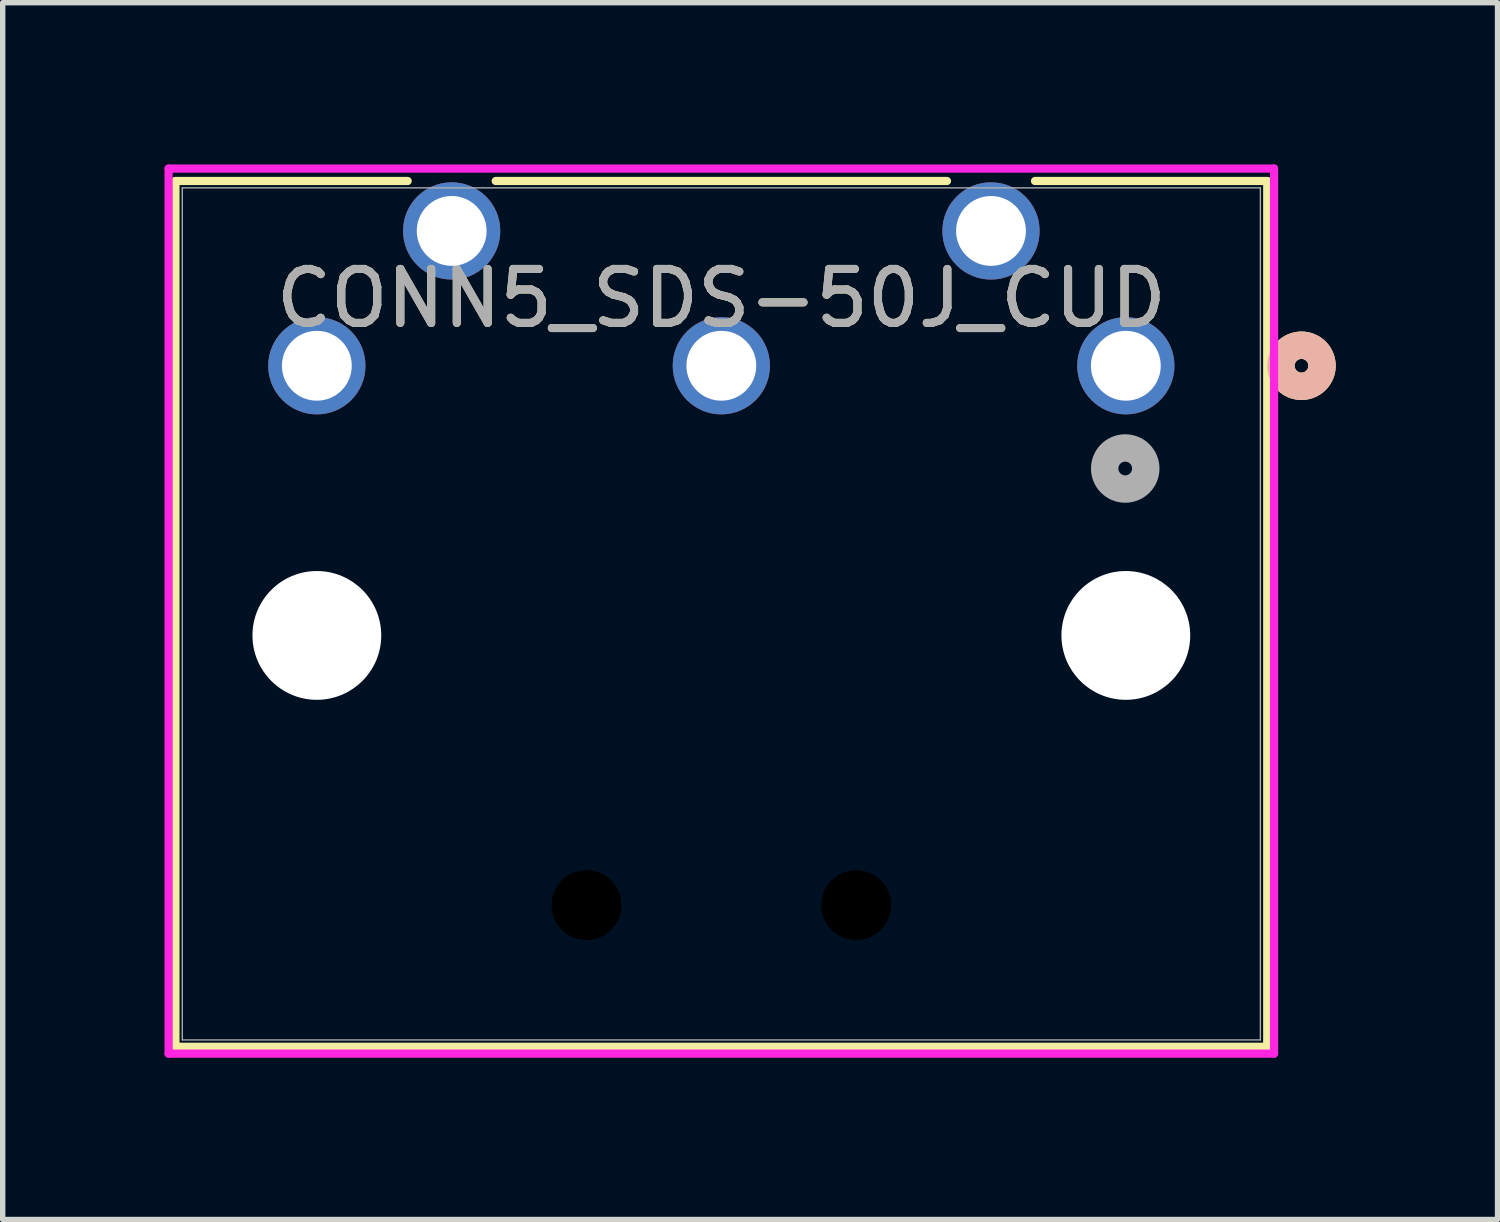
<source format=kicad_pcb>
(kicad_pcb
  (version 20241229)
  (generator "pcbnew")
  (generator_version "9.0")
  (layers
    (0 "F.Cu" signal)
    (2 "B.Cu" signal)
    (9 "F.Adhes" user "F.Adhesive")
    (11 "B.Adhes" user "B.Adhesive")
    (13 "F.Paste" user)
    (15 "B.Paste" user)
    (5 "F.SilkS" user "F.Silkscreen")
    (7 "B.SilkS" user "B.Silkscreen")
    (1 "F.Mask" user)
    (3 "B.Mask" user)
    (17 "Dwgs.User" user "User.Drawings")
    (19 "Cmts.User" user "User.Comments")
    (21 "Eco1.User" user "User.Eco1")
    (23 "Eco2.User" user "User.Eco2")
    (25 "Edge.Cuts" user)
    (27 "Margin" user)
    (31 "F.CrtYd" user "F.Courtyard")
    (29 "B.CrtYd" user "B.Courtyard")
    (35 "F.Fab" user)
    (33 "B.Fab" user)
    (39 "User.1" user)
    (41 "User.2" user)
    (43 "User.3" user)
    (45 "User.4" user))
  (footprint "CONN5_SDS-50J_CUD"
    (layer "F.Cu")
    (at 17.825 3.732)
    (property "Reference" "CONN5_SDS-50J_CUD" (at -7.5 -1.25 0) (unlocked yes) (layer "F.SilkS") (effects (font (size 1 1) (thickness 0.15))))
    (attr through_hole)
    (fp_line (start -17.622 -3.426) (end -17.622 12.627) (stroke (width 0.152) (type solid)) (layer "F.SilkS"))
    (fp_line (start -17.622 12.627) (end 2.622 12.627) (stroke (width 0.152) (type solid)) (layer "F.SilkS"))
    (fp_line (start -13.316 -3.426) (end -17.622 -3.426) (stroke (width 0.152) (type solid)) (layer "F.SilkS"))
    (fp_line (start -3.316 -3.426) (end -11.684 -3.426) (stroke (width 0.152) (type solid)) (layer "F.SilkS"))
    (fp_line (start 2.622 -3.426) (end -1.684 -3.426) (stroke (width 0.152) (type solid)) (layer "F.SilkS"))
    (fp_line (start 2.622 12.627) (end 2.622 -3.426) (stroke (width 0.152) (type solid)) (layer "F.SilkS"))
    (fp_circle (center 3.257 0) (end 3.638 0) (stroke (width 0.508) (type solid)) (fill no) (layer "F.SilkS"))
    (fp_circle (center 3.257 0) (end 3.638 0) (stroke (width 0.508) (type solid)) (fill no) (layer "B.SilkS"))
    (fp_line (start -17.749 -3.656) (end -17.749 12.754) (stroke (width 0.152) (type solid)) (layer "F.CrtYd"))
    (fp_line (start -17.749 12.754) (end 2.749 12.754) (stroke (width 0.152) (type solid)) (layer "F.CrtYd"))
    (fp_line (start 2.749 -3.656) (end -17.749 -3.656) (stroke (width 0.152) (type solid)) (layer "F.CrtYd"))
    (fp_line (start 2.749 12.754) (end 2.749 -3.656) (stroke (width 0.152) (type solid)) (layer "F.CrtYd"))
    (fp_line (start -17.495 -3.299) (end -17.495 12.5) (stroke (width 0.025) (type solid)) (layer "F.Fab"))
    (fp_line (start -17.495 12.5) (end 2.495 12.5) (stroke (width 0.025) (type solid)) (layer "F.Fab"))
    (fp_line (start 2.495 -3.299) (end -17.495 -3.299) (stroke (width 0.025) (type solid)) (layer "F.Fab"))
    (fp_line (start 2.495 12.5) (end 2.495 -3.299) (stroke (width 0.025) (type solid)) (layer "F.Fab"))
    (fp_circle (center -0.011 1.905) (end 0.37 1.905) (stroke (width 0.508) (type solid)) (fill no) (layer "F.Fab"))
    (fp_text user "${REFERENCE}" (at -7.5 -1.25 0) (unlocked yes) (layer "F.Fab") (effects (font (size 1 1) (thickness 0.15))))
    (pad "" np_thru_hole circle (at -15 5) (size 2.388 2.388) (drill 2.388) (layers "*.Cu" "*.Mask"))
    (pad "" np_thru_hole circle (at -10 10) (size 1.295 1.295) (drill 1.295) (layers))
    (pad "" np_thru_hole circle (at -5 10) (size 1.295 1.295) (drill 1.295) (layers))
    (pad "" np_thru_hole circle (at 0 5) (size 2.388 2.388) (drill 2.388) (layers "*.Cu" "*.Mask"))
    (pad "1" thru_hole circle (at 0 0) (size 1.803 1.803) (drill 1.295) (layers "*.Cu" "*.Mask"))
    (pad "2" thru_hole circle (at -7.5 0) (size 1.803 1.803) (drill 1.295) (layers "*.Cu" "*.Mask"))
    (pad "3" thru_hole circle (at -15 0) (size 1.803 1.803) (drill 1.295) (layers "*.Cu" "*.Mask"))
    (pad "4" thru_hole circle (at -2.5 -2.5) (size 1.803 1.803) (drill 1.295) (layers "*.Cu" "*.Mask"))
    (pad "5" thru_hole circle (at -12.5 -2.5) (size 1.803 1.803) (drill 1.295) (layers "*.Cu" "*.Mask")))
  (gr_rect
    (start -3 -3)
    (end 24.717 19.562)
    (stroke (width 0.1) (type default))
    (fill no)
    (layer "Edge.Cuts")))
</source>
